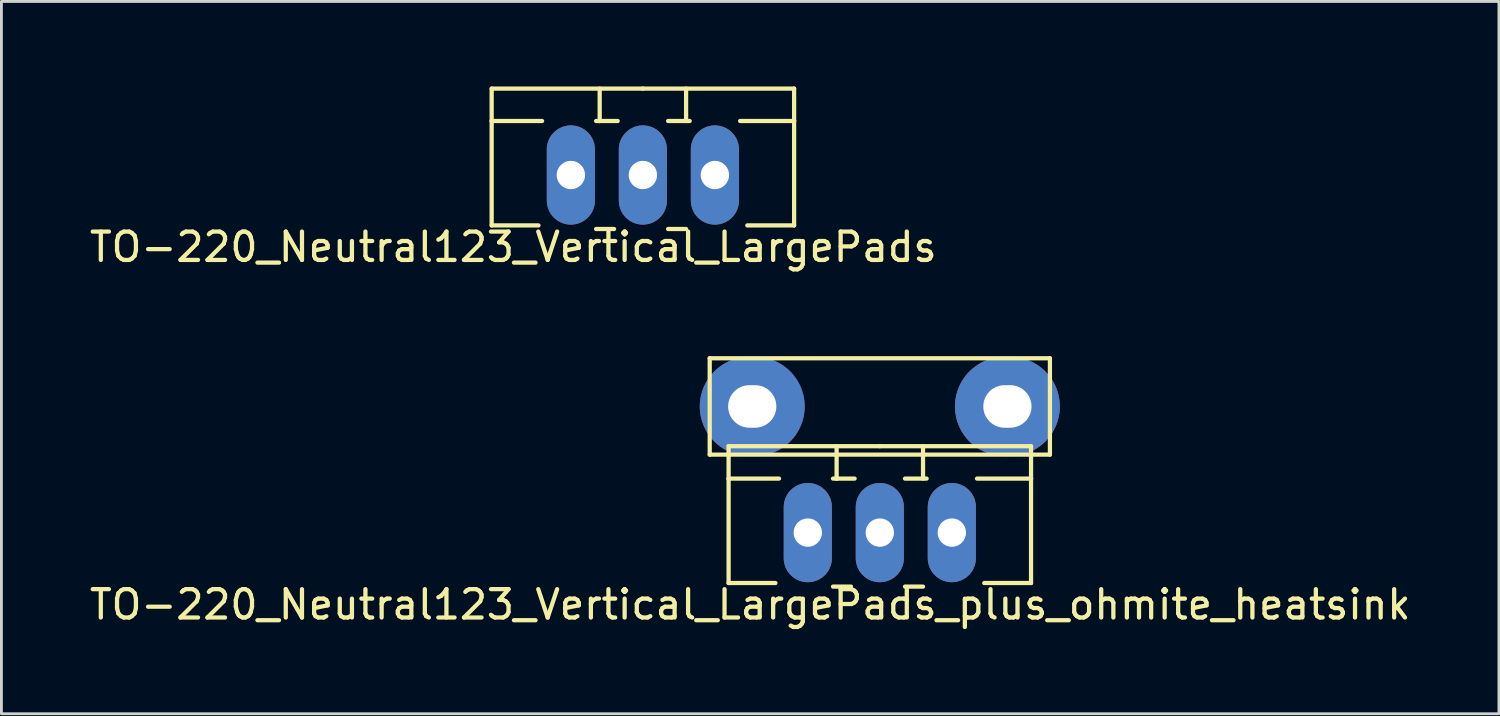
<source format=kicad_pcb>
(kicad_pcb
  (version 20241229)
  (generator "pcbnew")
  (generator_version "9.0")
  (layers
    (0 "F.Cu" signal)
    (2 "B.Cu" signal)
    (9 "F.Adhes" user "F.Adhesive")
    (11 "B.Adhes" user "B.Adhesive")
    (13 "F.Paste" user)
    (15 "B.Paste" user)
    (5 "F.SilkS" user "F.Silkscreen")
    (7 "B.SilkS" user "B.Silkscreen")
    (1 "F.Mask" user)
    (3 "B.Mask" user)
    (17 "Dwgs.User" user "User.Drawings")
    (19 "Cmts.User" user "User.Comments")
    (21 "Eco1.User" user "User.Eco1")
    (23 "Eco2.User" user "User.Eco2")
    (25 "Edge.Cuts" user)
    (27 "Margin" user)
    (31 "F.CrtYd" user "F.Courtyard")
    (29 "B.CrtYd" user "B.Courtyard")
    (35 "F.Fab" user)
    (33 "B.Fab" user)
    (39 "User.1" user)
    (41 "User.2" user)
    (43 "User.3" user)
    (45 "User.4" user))
  (footprint "TO-220_Neutral123_Vertical_LargePads_plus_ohmite_heatsink"
    (placed yes)
    (layer "F.Cu")
    (at 27.983 15.736)
    (property "Reference" "TO-220_Neutral123_Vertical_LargePads_plus_ohmite_heatsink" (at -4.572 2.54 0) (layer "F.SilkS") (effects (font (size 1 1) (thickness 0.15))))
    (attr through_hole)
    (fp_line (start -6 -6.15) (end 6 -6.15) (stroke (width 0.15) (type solid)) (layer "F.SilkS"))
    (fp_line (start -6 -2.75) (end -6 -6.15) (stroke (width 0.15) (type solid)) (layer "F.SilkS"))
    (fp_line (start -6 -2.75) (end 6 -2.75) (stroke (width 0.15) (type solid)) (layer "F.SilkS"))
    (fp_line (start -5.334 -1.905) (end -5.334 -3.048) (stroke (width 0.15) (type solid)) (layer "F.SilkS"))
    (fp_line (start -5.334 -1.905) (end -3.556 -1.905) (stroke (width 0.15) (type solid)) (layer "F.SilkS"))
    (fp_line (start -5.334 1.778) (end -5.334 -1.905) (stroke (width 0.15) (type solid)) (layer "F.SilkS"))
    (fp_line (start -5.334 1.778) (end -3.683 1.778) (stroke (width 0.15) (type solid)) (layer "F.SilkS"))
    (fp_line (start -1.524 -3.048) (end -1.524 -1.905) (stroke (width 0.15) (type solid)) (layer "F.SilkS"))
    (fp_line (start -1.524 -1.905) (end -1.651 -1.905) (stroke (width 0.15) (type solid)) (layer "F.SilkS"))
    (fp_line (start -1.524 -1.905) (end -0.889 -1.905) (stroke (width 0.15) (type solid)) (layer "F.SilkS"))
    (fp_line (start -1.016 1.905) (end -1.651 1.905) (stroke (width 0.15) (type solid)) (layer "F.SilkS"))
    (fp_line (start 0 -3.048) (end -5.334 -3.048) (stroke (width 0.15) (type solid)) (layer "F.SilkS"))
    (fp_line (start 0 -3.048) (end 5.334 -3.048) (stroke (width 0.15) (type solid)) (layer "F.SilkS"))
    (fp_line (start 0.889 -1.905) (end 1.651 -1.905) (stroke (width 0.15) (type solid)) (layer "F.SilkS"))
    (fp_line (start 1.524 -3.048) (end 1.524 -1.905) (stroke (width 0.15) (type solid)) (layer "F.SilkS"))
    (fp_line (start 1.524 1.905) (end 0.889 1.905) (stroke (width 0.15) (type solid)) (layer "F.SilkS"))
    (fp_line (start 5.334 -3.048) (end 5.334 -1.905) (stroke (width 0.15) (type solid)) (layer "F.SilkS"))
    (fp_line (start 5.334 -1.905) (end 3.429 -1.905) (stroke (width 0.15) (type solid)) (layer "F.SilkS"))
    (fp_line (start 5.334 -1.905) (end 5.334 1.778) (stroke (width 0.15) (type solid)) (layer "F.SilkS"))
    (fp_line (start 5.334 1.778) (end 3.683 1.778) (stroke (width 0.15) (type solid)) (layer "F.SilkS"))
    (fp_line (start 6 -2.75) (end 6 -6.15) (stroke (width 0.15) (type solid)) (layer "F.SilkS"))
    (pad "" thru_hole oval (at -4.5 -4.45) (size 3.7 3.5) (drill oval 1.7 1.5) (layers "*.Cu" "*.Mask"))
    (pad "" thru_hole oval (at 4.5 -4.45) (size 3.7 3.5) (drill oval 1.7 1.5) (layers "*.Cu" "*.Mask"))
    (pad "1" thru_hole oval (at -2.54 0 90) (size 3.5 1.699) (drill 1.001) (layers "*.Cu" "*.Mask"))
    (pad "2" thru_hole oval (at 0 0 90) (size 3.5 1.699) (drill 1.001) (layers "*.Cu" "*.Mask"))
    (pad "3" thru_hole oval (at 2.54 0 90) (size 3.5 1.699) (drill 1.001) (layers "*.Cu" "*.Mask")))
  (footprint "TO-220_Neutral123_Vertical_LargePads"
    (placed yes)
    (layer "F.Cu")
    (at 19.626 3.123)
    (property "Reference" "TO-220_Neutral123_Vertical_LargePads" (at -4.572 2.54 0) (layer "F.SilkS") (effects (font (size 1 1) (thickness 0.15))))
    (attr through_hole)
    (fp_line (start -5.334 -1.905) (end -5.334 -3.048) (stroke (width 0.15) (type solid)) (layer "F.SilkS"))
    (fp_line (start -5.334 -1.905) (end -3.556 -1.905) (stroke (width 0.15) (type solid)) (layer "F.SilkS"))
    (fp_line (start -5.334 1.778) (end -5.334 -1.905) (stroke (width 0.15) (type solid)) (layer "F.SilkS"))
    (fp_line (start -5.334 1.778) (end -3.683 1.778) (stroke (width 0.15) (type solid)) (layer "F.SilkS"))
    (fp_line (start -1.524 -3.048) (end -1.524 -1.905) (stroke (width 0.15) (type solid)) (layer "F.SilkS"))
    (fp_line (start -1.524 -1.905) (end -1.651 -1.905) (stroke (width 0.15) (type solid)) (layer "F.SilkS"))
    (fp_line (start -1.524 -1.905) (end -0.889 -1.905) (stroke (width 0.15) (type solid)) (layer "F.SilkS"))
    (fp_line (start -1.016 1.905) (end -1.651 1.905) (stroke (width 0.15) (type solid)) (layer "F.SilkS"))
    (fp_line (start 0 -3.048) (end -5.334 -3.048) (stroke (width 0.15) (type solid)) (layer "F.SilkS"))
    (fp_line (start 0 -3.048) (end 5.334 -3.048) (stroke (width 0.15) (type solid)) (layer "F.SilkS"))
    (fp_line (start 0.889 -1.905) (end 1.651 -1.905) (stroke (width 0.15) (type solid)) (layer "F.SilkS"))
    (fp_line (start 1.524 -3.048) (end 1.524 -1.905) (stroke (width 0.15) (type solid)) (layer "F.SilkS"))
    (fp_line (start 1.524 1.905) (end 0.889 1.905) (stroke (width 0.15) (type solid)) (layer "F.SilkS"))
    (fp_line (start 5.334 -3.048) (end 5.334 -1.905) (stroke (width 0.15) (type solid)) (layer "F.SilkS"))
    (fp_line (start 5.334 -1.905) (end 3.429 -1.905) (stroke (width 0.15) (type solid)) (layer "F.SilkS"))
    (fp_line (start 5.334 -1.905) (end 5.334 1.778) (stroke (width 0.15) (type solid)) (layer "F.SilkS"))
    (fp_line (start 5.334 1.778) (end 3.683 1.778) (stroke (width 0.15) (type solid)) (layer "F.SilkS"))
    (pad "1" thru_hole oval (at -2.54 0 90) (size 3.5 1.699) (drill 1.001) (layers "*.Cu" "*.Mask"))
    (pad "2" thru_hole oval (at 0 0 90) (size 3.5 1.699) (drill 1.001) (layers "*.Cu" "*.Mask"))
    (pad "3" thru_hole oval (at 2.54 0 90) (size 3.5 1.699) (drill 1.001) (layers "*.Cu" "*.Mask")))
  (gr_rect
    (start -3 -3)
    (end 49.821 22.125)
    (stroke (width 0.1) (type default))
    (fill no)
    (layer "Edge.Cuts")))
</source>
